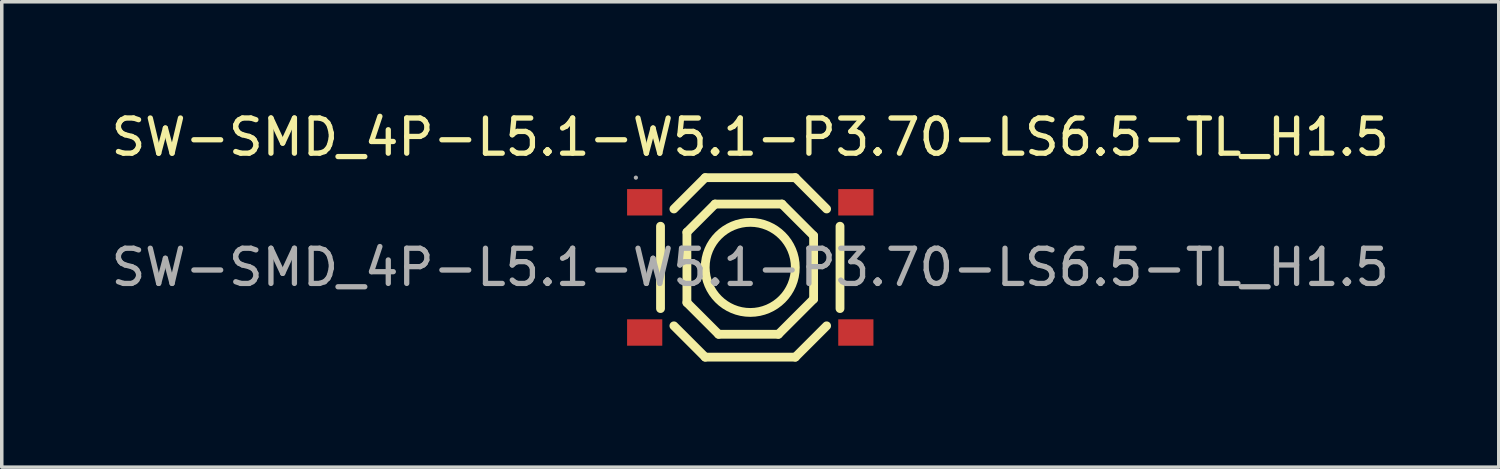
<source format=kicad_pcb>
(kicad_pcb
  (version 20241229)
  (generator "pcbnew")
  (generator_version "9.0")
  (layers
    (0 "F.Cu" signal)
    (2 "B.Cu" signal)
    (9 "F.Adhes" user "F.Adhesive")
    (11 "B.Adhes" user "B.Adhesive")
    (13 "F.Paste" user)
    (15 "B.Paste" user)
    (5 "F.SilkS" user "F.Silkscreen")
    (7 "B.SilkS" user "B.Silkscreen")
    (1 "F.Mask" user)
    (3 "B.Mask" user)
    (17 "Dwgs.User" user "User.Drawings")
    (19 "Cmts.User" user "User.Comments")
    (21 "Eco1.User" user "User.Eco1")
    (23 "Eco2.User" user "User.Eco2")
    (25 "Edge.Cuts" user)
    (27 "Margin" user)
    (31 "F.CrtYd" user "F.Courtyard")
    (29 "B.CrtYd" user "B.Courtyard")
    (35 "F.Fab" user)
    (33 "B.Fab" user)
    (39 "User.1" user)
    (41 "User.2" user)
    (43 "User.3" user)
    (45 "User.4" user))
  (footprint "SW-SMD_4P-L5.1-W5.1-P3.70-LS6.5-TL_H1.5"
    (layer "F.Cu")
    (at 18.268 4.548)
    (property "Reference" "SW-SMD_4P-L5.1-W5.1-P3.70-LS6.5-TL_H1.5" (at 0 -3.7 0) (layer "F.SilkS") (effects (font (size 1 1) (thickness 0.15))))
    (attr smd)
    (fp_line (start -2.55 -1.17) (end -2.55 1.17) (stroke (width 0.25) (type solid)) (layer "F.SilkS"))
    (fp_line (start -2.17 1.66) (end -1.28 2.55) (stroke (width 0.25) (type solid)) (layer "F.SilkS"))
    (fp_line (start -1.8 -1) (end -1 -1.8) (stroke (width 0.25) (type solid)) (layer "F.SilkS"))
    (fp_line (start -1.8 1) (end -1.8 -1) (stroke (width 0.25) (type solid)) (layer "F.SilkS"))
    (fp_line (start -1.28 -2.55) (end -2.17 -1.66) (stroke (width 0.25) (type solid)) (layer "F.SilkS"))
    (fp_line (start -1.28 -2.55) (end 1.28 -2.55) (stroke (width 0.25) (type solid)) (layer "F.SilkS"))
    (fp_line (start -1.28 2.55) (end 1.28 2.55) (stroke (width 0.25) (type solid)) (layer "F.SilkS"))
    (fp_line (start -1 -1.8) (end 0.9 -1.8) (stroke (width 0.25) (type solid)) (layer "F.SilkS"))
    (fp_line (start -0.9 1.9) (end -1.8 1) (stroke (width 0.25) (type solid)) (layer "F.SilkS"))
    (fp_line (start 0.8 1.9) (end -0.9 1.9) (stroke (width 0.25) (type solid)) (layer "F.SilkS"))
    (fp_line (start 0.9 -1.8) (end 1.8 -0.9) (stroke (width 0.25) (type solid)) (layer "F.SilkS"))
    (fp_line (start 1.28 -2.55) (end 2.17 -1.66) (stroke (width 0.25) (type solid)) (layer "F.SilkS"))
    (fp_line (start 1.8 -0.9) (end 1.8 0.9) (stroke (width 0.25) (type solid)) (layer "F.SilkS"))
    (fp_line (start 1.8 0.9) (end 0.8 1.9) (stroke (width 0.25) (type solid)) (layer "F.SilkS"))
    (fp_line (start 2.17 1.66) (end 1.28 2.55) (stroke (width 0.25) (type solid)) (layer "F.SilkS"))
    (fp_line (start 2.55 -1.17) (end 2.55 1.17) (stroke (width 0.25) (type solid)) (layer "F.SilkS"))
    (fp_circle (center 0 0) (end 1.28 0) (stroke (width 0.25) (type solid)) (fill no) (layer "F.SilkS"))
    (fp_circle (center -3.25 -2.55) (end -3.22 -2.55) (stroke (width 0.06) (type solid)) (fill no) (layer "F.Fab"))
    (fp_text user "${REFERENCE}" (at 0 0 0) (layer "F.Fab") (effects (font (size 1 1) (thickness 0.15))))
    (pad "1" smd rect (at -3 -1.85) (size 1 0.75) (layers "F.Cu" "F.Mask" "F.Paste"))
    (pad "2" smd rect (at 3 -1.85) (size 1 0.75) (layers "F.Cu" "F.Mask" "F.Paste"))
    (pad "3" smd rect (at -3 1.85) (size 1 0.75) (layers "F.Cu" "F.Mask" "F.Paste"))
    (pad "4" smd rect (at 3 1.85) (size 1 0.75) (layers "F.Cu" "F.Mask" "F.Paste")))
  (gr_rect
    (start -3 -3)
    (end 39.536 10.223)
    (stroke (width 0.1) (type default))
    (fill no)
    (layer "Edge.Cuts")))
</source>
